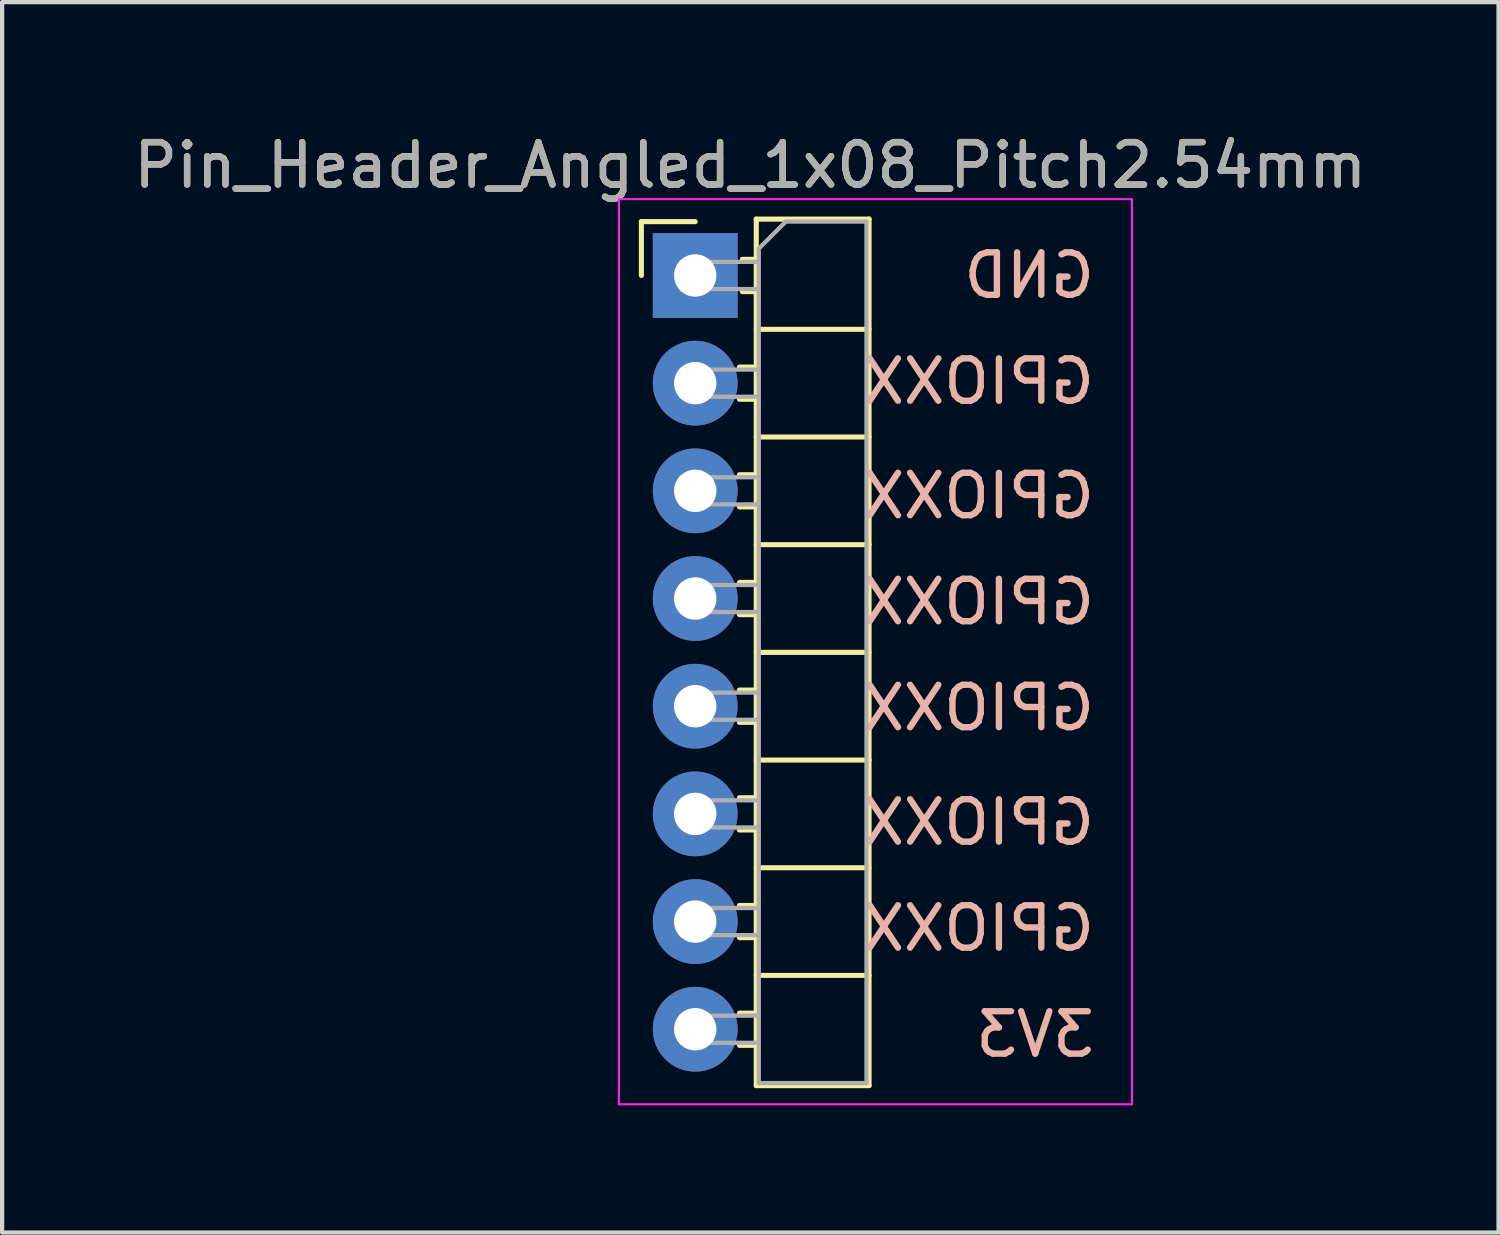
<source format=kicad_pcb>
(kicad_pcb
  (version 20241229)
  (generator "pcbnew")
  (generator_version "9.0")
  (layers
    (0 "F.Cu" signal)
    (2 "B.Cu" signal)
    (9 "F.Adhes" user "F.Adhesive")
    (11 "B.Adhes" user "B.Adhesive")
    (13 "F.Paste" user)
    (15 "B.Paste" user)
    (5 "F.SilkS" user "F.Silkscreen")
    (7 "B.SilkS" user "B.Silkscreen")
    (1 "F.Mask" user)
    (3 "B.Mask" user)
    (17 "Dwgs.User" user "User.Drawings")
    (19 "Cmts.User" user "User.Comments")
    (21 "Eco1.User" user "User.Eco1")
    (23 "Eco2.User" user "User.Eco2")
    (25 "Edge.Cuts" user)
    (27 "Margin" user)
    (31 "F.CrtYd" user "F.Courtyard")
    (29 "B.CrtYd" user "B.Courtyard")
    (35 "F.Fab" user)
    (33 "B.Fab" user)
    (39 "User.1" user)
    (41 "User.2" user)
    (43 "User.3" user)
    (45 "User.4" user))
  (footprint "Pin_Header_Angled_1x08_Pitch2.54mm"
    (layer "F.Cu")
    (at 13.349 12.338)
    (property "Reference" "Pin_Header_Angled_1x08_Pitch2.54mm" (at 1.3 -11.49 0) (layer "F.SilkS") (effects (font (size 1 1) (thickness 0.15))))
    (attr through_hole)
    (fp_line (start -1.27 -10.16) (end 0 -10.16) (stroke (width 0.12) (type solid)) (layer "F.SilkS"))
    (fp_line (start -1.27 -8.89) (end -1.27 -10.16) (stroke (width 0.12) (type solid)) (layer "F.SilkS"))
    (fp_line (start 1.043 -6.73) (end 1.44 -6.73) (stroke (width 0.12) (type solid)) (layer "F.SilkS"))
    (fp_line (start 1.043 -5.97) (end 1.44 -5.97) (stroke (width 0.12) (type solid)) (layer "F.SilkS"))
    (fp_line (start 1.043 -4.19) (end 1.44 -4.19) (stroke (width 0.12) (type solid)) (layer "F.SilkS"))
    (fp_line (start 1.043 -3.43) (end 1.44 -3.43) (stroke (width 0.12) (type solid)) (layer "F.SilkS"))
    (fp_line (start 1.043 -1.65) (end 1.44 -1.65) (stroke (width 0.12) (type solid)) (layer "F.SilkS"))
    (fp_line (start 1.043 -0.89) (end 1.44 -0.89) (stroke (width 0.12) (type solid)) (layer "F.SilkS"))
    (fp_line (start 1.043 0.89) (end 1.44 0.89) (stroke (width 0.12) (type solid)) (layer "F.SilkS"))
    (fp_line (start 1.043 1.65) (end 1.44 1.65) (stroke (width 0.12) (type solid)) (layer "F.SilkS"))
    (fp_line (start 1.043 3.43) (end 1.44 3.43) (stroke (width 0.12) (type solid)) (layer "F.SilkS"))
    (fp_line (start 1.043 4.19) (end 1.44 4.19) (stroke (width 0.12) (type solid)) (layer "F.SilkS"))
    (fp_line (start 1.043 5.97) (end 1.44 5.97) (stroke (width 0.12) (type solid)) (layer "F.SilkS"))
    (fp_line (start 1.043 6.73) (end 1.44 6.73) (stroke (width 0.12) (type solid)) (layer "F.SilkS"))
    (fp_line (start 1.043 8.51) (end 1.44 8.51) (stroke (width 0.12) (type solid)) (layer "F.SilkS"))
    (fp_line (start 1.043 9.27) (end 1.44 9.27) (stroke (width 0.12) (type solid)) (layer "F.SilkS"))
    (fp_line (start 1.11 -9.27) (end 1.44 -9.27) (stroke (width 0.12) (type solid)) (layer "F.SilkS"))
    (fp_line (start 1.11 -8.51) (end 1.44 -8.51) (stroke (width 0.12) (type solid)) (layer "F.SilkS"))
    (fp_line (start 1.44 -10.22) (end 1.44 10.22) (stroke (width 0.12) (type solid)) (layer "F.SilkS"))
    (fp_line (start 1.44 -7.62) (end 4.1 -7.62) (stroke (width 0.12) (type solid)) (layer "F.SilkS"))
    (fp_line (start 1.44 -5.08) (end 4.1 -5.08) (stroke (width 0.12) (type solid)) (layer "F.SilkS"))
    (fp_line (start 1.44 -2.54) (end 4.1 -2.54) (stroke (width 0.12) (type solid)) (layer "F.SilkS"))
    (fp_line (start 1.44 0) (end 4.1 0) (stroke (width 0.12) (type solid)) (layer "F.SilkS"))
    (fp_line (start 1.44 2.54) (end 4.1 2.54) (stroke (width 0.12) (type solid)) (layer "F.SilkS"))
    (fp_line (start 1.44 5.08) (end 4.1 5.08) (stroke (width 0.12) (type solid)) (layer "F.SilkS"))
    (fp_line (start 1.44 7.62) (end 4.1 7.62) (stroke (width 0.12) (type solid)) (layer "F.SilkS"))
    (fp_line (start 1.44 10.22) (end 4.1 10.22) (stroke (width 0.12) (type solid)) (layer "F.SilkS"))
    (fp_line (start 4.1 -10.22) (end 1.44 -10.22) (stroke (width 0.12) (type solid)) (layer "F.SilkS"))
    (fp_line (start 4.1 10.22) (end 4.1 -10.22) (stroke (width 0.12) (type solid)) (layer "F.SilkS"))
    (fp_line (start -1.8 -10.69) (end -1.8 10.66) (stroke (width 0.05) (type solid)) (layer "F.CrtYd"))
    (fp_line (start -1.8 10.66) (end 10.3 10.66) (stroke (width 0.05) (type solid)) (layer "F.CrtYd"))
    (fp_line (start 10.3 -10.69) (end -1.8 -10.69) (stroke (width 0.05) (type solid)) (layer "F.CrtYd"))
    (fp_line (start 10.3 10.66) (end 10.3 -10.69) (stroke (width 0.05) (type solid)) (layer "F.CrtYd"))
    (fp_line (start -0.32 -9.21) (end -0.32 -8.57) (stroke (width 0.1) (type solid)) (layer "F.Fab"))
    (fp_line (start -0.32 -9.21) (end 1.5 -9.21) (stroke (width 0.1) (type solid)) (layer "F.Fab"))
    (fp_line (start -0.32 -8.57) (end 1.5 -8.57) (stroke (width 0.1) (type solid)) (layer "F.Fab"))
    (fp_line (start -0.32 -6.67) (end -0.32 -6.03) (stroke (width 0.1) (type solid)) (layer "F.Fab"))
    (fp_line (start -0.32 -6.67) (end 1.5 -6.67) (stroke (width 0.1) (type solid)) (layer "F.Fab"))
    (fp_line (start -0.32 -6.03) (end 1.5 -6.03) (stroke (width 0.1) (type solid)) (layer "F.Fab"))
    (fp_line (start -0.32 -4.13) (end -0.32 -3.49) (stroke (width 0.1) (type solid)) (layer "F.Fab"))
    (fp_line (start -0.32 -4.13) (end 1.5 -4.13) (stroke (width 0.1) (type solid)) (layer "F.Fab"))
    (fp_line (start -0.32 -3.49) (end 1.5 -3.49) (stroke (width 0.1) (type solid)) (layer "F.Fab"))
    (fp_line (start -0.32 -1.59) (end -0.32 -0.95) (stroke (width 0.1) (type solid)) (layer "F.Fab"))
    (fp_line (start -0.32 -1.59) (end 1.5 -1.59) (stroke (width 0.1) (type solid)) (layer "F.Fab"))
    (fp_line (start -0.32 -0.95) (end 1.5 -0.95) (stroke (width 0.1) (type solid)) (layer "F.Fab"))
    (fp_line (start -0.32 0.95) (end -0.32 1.59) (stroke (width 0.1) (type solid)) (layer "F.Fab"))
    (fp_line (start -0.32 0.95) (end 1.5 0.95) (stroke (width 0.1) (type solid)) (layer "F.Fab"))
    (fp_line (start -0.32 1.59) (end 1.5 1.59) (stroke (width 0.1) (type solid)) (layer "F.Fab"))
    (fp_line (start -0.32 3.49) (end -0.32 4.13) (stroke (width 0.1) (type solid)) (layer "F.Fab"))
    (fp_line (start -0.32 3.49) (end 1.5 3.49) (stroke (width 0.1) (type solid)) (layer "F.Fab"))
    (fp_line (start -0.32 4.13) (end 1.5 4.13) (stroke (width 0.1) (type solid)) (layer "F.Fab"))
    (fp_line (start -0.32 6.03) (end -0.32 6.67) (stroke (width 0.1) (type solid)) (layer "F.Fab"))
    (fp_line (start -0.32 6.03) (end 1.5 6.03) (stroke (width 0.1) (type solid)) (layer "F.Fab"))
    (fp_line (start -0.32 6.67) (end 1.5 6.67) (stroke (width 0.1) (type solid)) (layer "F.Fab"))
    (fp_line (start -0.32 8.57) (end -0.32 9.21) (stroke (width 0.1) (type solid)) (layer "F.Fab"))
    (fp_line (start -0.32 8.57) (end 1.5 8.57) (stroke (width 0.1) (type solid)) (layer "F.Fab"))
    (fp_line (start -0.32 9.21) (end 1.5 9.21) (stroke (width 0.1) (type solid)) (layer "F.Fab"))
    (fp_line (start 1.5 -9.525) (end 2.135 -10.16) (stroke (width 0.1) (type solid)) (layer "F.Fab"))
    (fp_line (start 1.5 10.16) (end 1.5 -9.525) (stroke (width 0.1) (type solid)) (layer "F.Fab"))
    (fp_line (start 2.135 -10.16) (end 4.04 -10.16) (stroke (width 0.1) (type solid)) (layer "F.Fab"))
    (fp_line (start 4.04 -10.16) (end 4.04 10.16) (stroke (width 0.1) (type solid)) (layer "F.Fab"))
    (fp_line (start 4.04 10.16) (end 1.5 10.16) (stroke (width 0.1) (type solid)) (layer "F.Fab"))
    (fp_text user "GPIOXX" (at 9.5 1.31 0) (layer "B.SilkS") (effects (font (size 1 1) (thickness 0.15)) (justify left mirror)))
    (fp_text user "GPIOXX" (at 9.5 4.01 0) (layer "B.SilkS") (effects (font (size 1 1) (thickness 0.15)) (justify left mirror)))
    (fp_text user "GPIOXX" (at 9.5 6.51 0) (layer "B.SilkS") (effects (font (size 1 1) (thickness 0.15)) (justify left mirror)))
    (fp_text user "GPIOXX" (at 9.5 -6.39 0) (layer "B.SilkS") (effects (font (size 1 1) (thickness 0.15)) (justify left mirror)))
    (fp_text user "GPIOXX" (at 9.5 -1.19 0) (layer "B.SilkS") (effects (font (size 1 1) (thickness 0.15)) (justify left mirror)))
    (fp_text user "3V3" (at 9.5 9.01 0) (layer "B.SilkS") (effects (font (size 1 1) (thickness 0.15)) (justify left mirror)))
    (fp_text user "GPIOXX" (at 9.5 -3.69 0) (layer "B.SilkS") (effects (font (size 1 1) (thickness 0.15)) (justify left mirror)))
    (fp_text user "GND" (at 9.5 -8.89 0) (layer "B.SilkS") (effects (font (size 1 1) (thickness 0.15)) (justify left mirror)))
    (fp_text user "${REFERENCE}" (at 1.3 -11.49 180) (layer "F.Fab") (effects (font (size 1 1) (thickness 0.15))))
    (pad "1" thru_hole rect (at 0 -8.89) (size 2 2) (drill 1) (layers "*.Cu" "*.Mask"))
    (pad "2" thru_hole oval (at 0 -6.35) (size 2 2) (drill 1) (layers "*.Cu" "*.Mask"))
    (pad "3" thru_hole oval (at 0 -3.81) (size 2 2) (drill 1) (layers "*.Cu" "*.Mask"))
    (pad "4" thru_hole oval (at 0 -1.27) (size 2 2) (drill 1) (layers "*.Cu" "*.Mask"))
    (pad "5" thru_hole oval (at 0 1.27) (size 2 2) (drill 1) (layers "*.Cu" "*.Mask"))
    (pad "6" thru_hole oval (at 0 3.81) (size 2 2) (drill 1) (layers "*.Cu" "*.Mask"))
    (pad "7" thru_hole oval (at 0 6.35) (size 2 2) (drill 1) (layers "*.Cu" "*.Mask"))
    (pad "8" thru_hole oval (at 0 8.89) (size 2 2) (drill 1) (layers "*.Cu" "*.Mask")))
  (gr_rect
    (start -3 -3)
    (end 32.298 26.023)
    (stroke (width 0.1) (type default))
    (fill no)
    (layer "Edge.Cuts")))
</source>
